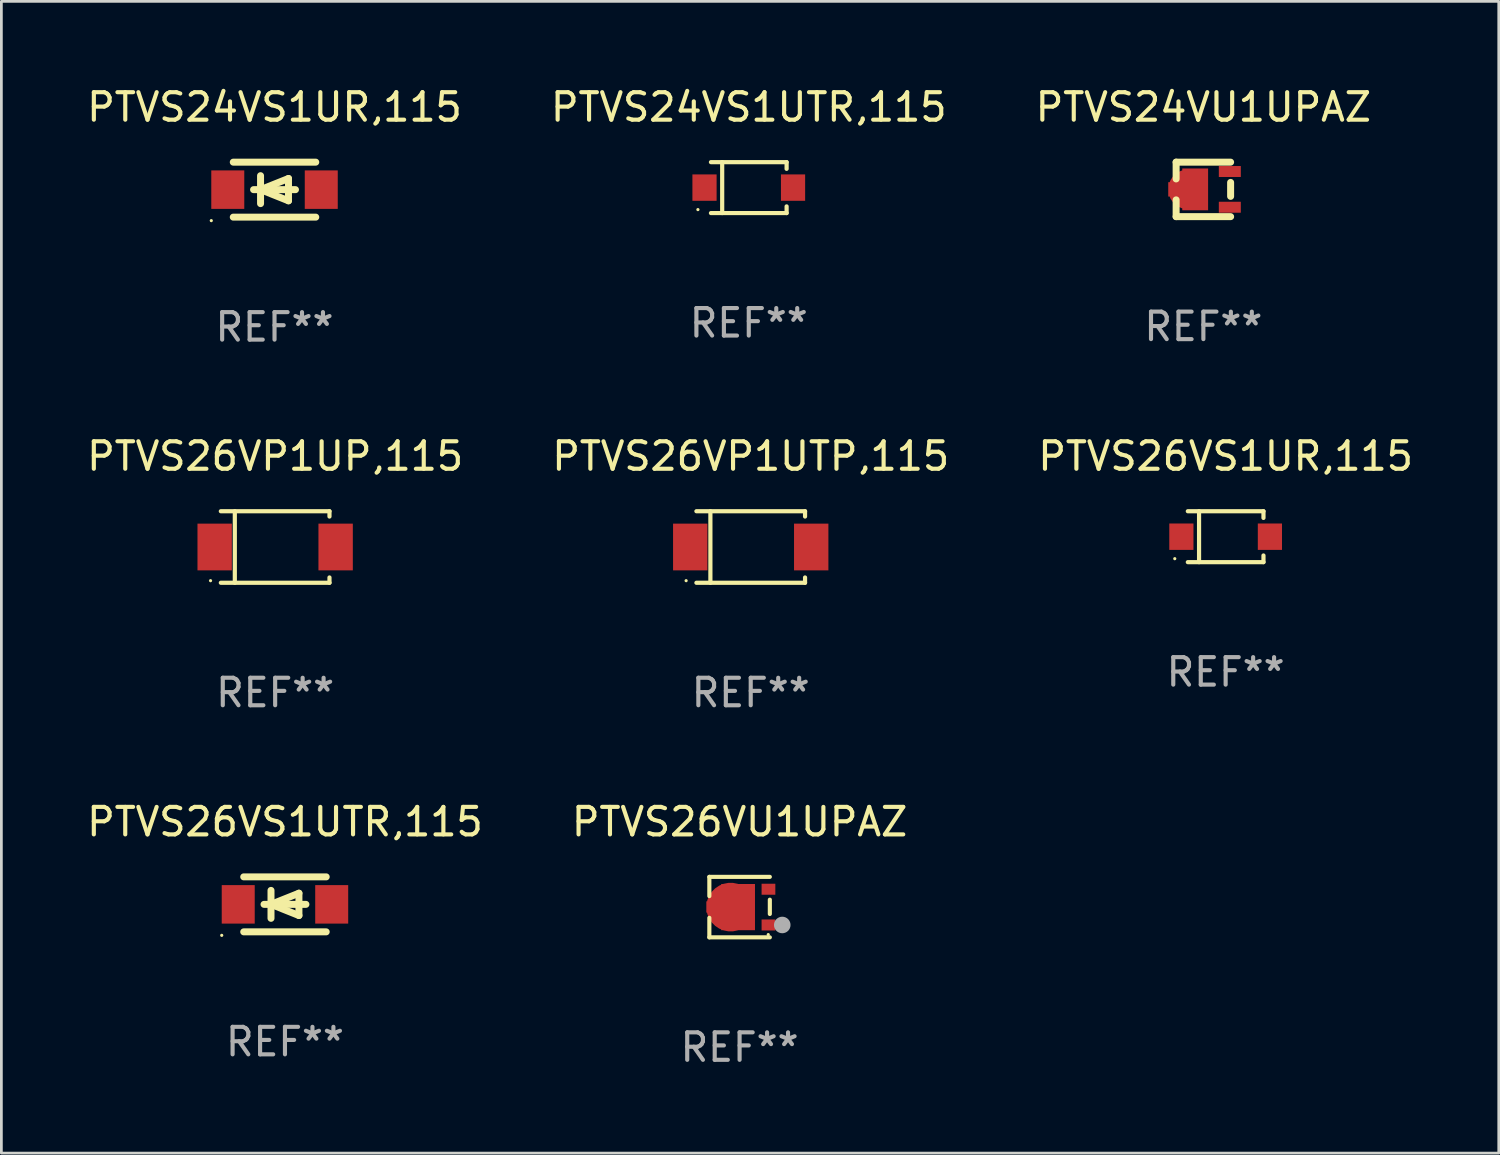
<source format=kicad_pcb>
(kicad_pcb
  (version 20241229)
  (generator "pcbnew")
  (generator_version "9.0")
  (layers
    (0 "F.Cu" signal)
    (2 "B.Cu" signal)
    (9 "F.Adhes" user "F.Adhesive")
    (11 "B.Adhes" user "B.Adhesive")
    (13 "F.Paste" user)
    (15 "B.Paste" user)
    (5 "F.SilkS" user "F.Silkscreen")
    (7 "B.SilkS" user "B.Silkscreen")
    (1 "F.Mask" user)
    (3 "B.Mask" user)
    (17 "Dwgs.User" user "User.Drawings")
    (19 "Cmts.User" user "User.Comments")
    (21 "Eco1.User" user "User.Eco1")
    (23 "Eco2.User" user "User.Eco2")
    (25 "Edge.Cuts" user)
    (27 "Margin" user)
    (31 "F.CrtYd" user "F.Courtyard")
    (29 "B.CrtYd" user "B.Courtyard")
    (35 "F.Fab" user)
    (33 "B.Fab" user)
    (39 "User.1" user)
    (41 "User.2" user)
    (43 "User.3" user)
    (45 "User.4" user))
  (footprint "PTVS26VP1UTP,115"
    (layer "F.Cu")
    (at 24.256 16.846)
    (property "Reference" "PTVS26VP1UTP,115" (at 0 -3.301 0) (layer "F.SilkS") (effects (font (size 1 1) (thickness 0.15))))
    (attr through_hole)
    (fp_line (start -1.976 -1.301) (end 1.976 -1.301) (stroke (width 0.152) (type solid)) (layer "F.SilkS"))
    (fp_line (start -1.976 1.301) (end 1.976 1.301) (stroke (width 0.152) (type solid)) (layer "F.SilkS"))
    (fp_line (start -1.467 -1.301) (end -1.467 1.301) (stroke (width 0.152) (type solid)) (layer "F.SilkS"))
    (fp_line (start 1.976 -1.301) (end 1.976 -1.108) (stroke (width 0.152) (type solid)) (layer "F.SilkS"))
    (fp_line (start 1.976 1.301) (end 1.976 1.108) (stroke (width 0.152) (type solid)) (layer "F.SilkS"))
    (fp_circle (center -2.35 1.225) (end -2.32 1.225) (stroke (width 0.06) (type solid)) (fill no) (layer "F.SilkS"))
    (fp_text user "REF**" (at 0 5.301 0) (layer "F.Fab") (effects (font (size 1 1) (thickness 0.15))))
    (pad "1" smd rect (at -2.2 0 180) (size 1.25 1.7) (layers "F.Cu" "F.Mask" "F.Paste"))
    (pad "2" smd rect (at 2.2 0 180) (size 1.25 1.7) (layers "F.Cu" "F.Mask" "F.Paste")))
  (footprint "PTVS24VS1UR,115"
    (layer "F.Cu")
    (at 6.935 3.848)
    (property "Reference" "PTVS24VS1UR,115" (at 0 -3 0) (layer "F.SilkS") (effects (font (size 1 1) (thickness 0.15))))
    (attr through_hole)
    (fp_line (start -1.5 -1) (end 1.5 -1) (stroke (width 0.254) (type solid)) (layer "F.SilkS"))
    (fp_line (start -1.5 1) (end 1.5 1) (stroke (width 0.254) (type solid)) (layer "F.SilkS"))
    (fp_line (start -0.762 0) (end 0.762 0) (stroke (width 0.254) (type solid)) (layer "F.SilkS"))
    (fp_line (start -0.508 -0.508) (end -0.508 0.508) (stroke (width 0.254) (type solid)) (layer "F.SilkS"))
    (fp_line (start -0.508 0) (end 0.508 -0.406) (stroke (width 0.254) (type solid)) (layer "F.SilkS"))
    (fp_line (start 0.508 -0.406) (end 0.508 0.406) (stroke (width 0.254) (type solid)) (layer "F.SilkS"))
    (fp_line (start 0.508 0.406) (end -0.508 0) (stroke (width 0.254) (type solid)) (layer "F.SilkS"))
    (fp_circle (center -2.3 1.127) (end -2.27 1.127) (stroke (width 0.06) (type solid)) (fill no) (layer "F.SilkS"))
    (fp_text user "REF**" (at 0 5 0) (layer "F.Fab") (effects (font (size 1 1) (thickness 0.15))))
    (pad "1" smd rect (at -1.7 0) (size 1.2 1.4) (layers "F.Cu" "F.Mask" "F.Paste"))
    (pad "2" smd rect (at 1.7 0) (size 1.2 1.4) (layers "F.Cu" "F.Mask" "F.Paste")))
  (footprint "PTVS26VS1UTR,115"
    (layer "F.Cu")
    (at 7.315 29.844)
    (property "Reference" "PTVS26VS1UTR,115" (at 0 -3 0) (layer "F.SilkS") (effects (font (size 1 1) (thickness 0.15))))
    (attr through_hole)
    (fp_line (start -1.5 -1) (end 1.5 -1) (stroke (width 0.254) (type solid)) (layer "F.SilkS"))
    (fp_line (start -1.5 1) (end 1.5 1) (stroke (width 0.254) (type solid)) (layer "F.SilkS"))
    (fp_line (start -0.762 0) (end 0.762 0) (stroke (width 0.254) (type solid)) (layer "F.SilkS"))
    (fp_line (start -0.508 -0.508) (end -0.508 0.508) (stroke (width 0.254) (type solid)) (layer "F.SilkS"))
    (fp_line (start -0.508 0) (end 0.508 -0.406) (stroke (width 0.254) (type solid)) (layer "F.SilkS"))
    (fp_line (start 0.508 -0.406) (end 0.508 0.406) (stroke (width 0.254) (type solid)) (layer "F.SilkS"))
    (fp_line (start 0.508 0.406) (end -0.508 0) (stroke (width 0.254) (type solid)) (layer "F.SilkS"))
    (fp_circle (center -2.3 1.127) (end -2.27 1.127) (stroke (width 0.06) (type solid)) (fill no) (layer "F.SilkS"))
    (fp_text user "REF**" (at 0 5 0) (layer "F.Fab") (effects (font (size 1 1) (thickness 0.15))))
    (pad "1" smd rect (at -1.7 0) (size 1.2 1.4) (layers "F.Cu" "F.Mask" "F.Paste"))
    (pad "2" smd rect (at 1.7 0) (size 1.2 1.4) (layers "F.Cu" "F.Mask" "F.Paste")))
  (footprint "PTVS24VU1UPAZ"
    (layer "F.Cu")
    (at 40.72 3.839)
    (property "Reference" "PTVS24VU1UPAZ" (at 0 -2.991 0) (layer "F.SilkS") (effects (font (size 1 1) (thickness 0.15))))
    (attr through_hole)
    (fp_line (start -0.991 -0.991) (end -0.991 -0.381) (stroke (width 0.254) (type solid)) (layer "F.SilkS"))
    (fp_line (start -0.991 0.381) (end -0.991 0.991) (stroke (width 0.254) (type solid)) (layer "F.SilkS"))
    (fp_line (start -0.991 0.991) (end 0.991 0.991) (stroke (width 0.254) (type solid)) (layer "F.SilkS"))
    (fp_line (start 0.991 -0.991) (end -0.991 -0.991) (stroke (width 0.254) (type solid)) (layer "F.SilkS"))
    (fp_line (start 0.991 -0.254) (end 0.991 0.254) (stroke (width 0.254) (type solid)) (layer "F.SilkS"))
    (fp_circle (center 1.054 0.999) (end 1.084 0.999) (stroke (width 0.06) (type solid)) (fill no) (layer "F.SilkS"))
    (fp_text user "REF**" (at 0 4.991 0) (layer "F.Fab") (effects (font (size 1 1) (thickness 0.15))))
    (pad "1" smd rect (at 0.962 0.649 270) (size 0.399 0.8) (layers "F.Cu" "F.Mask" "F.Paste"))
    (pad "2" smd rect (at 0.962 -0.651 270) (size 0.399 0.8) (layers "F.Cu" "F.Mask" "F.Paste"))
    (pad "3" smd custom (at -0.553 -0.001) (size 1.45 1.52) (layers "F.Cu" "F.Mask" "F.Paste") (options (anchor circle)) (primitives (gr_poly (pts (xy -0.725 -0.26) (xy -0.225 -0.26) (xy -0.215 -0.26) (xy -0.215 -0.76) (xy 0.725 -0.76) (xy 0.725 0.75) (xy 0.725 0.76) (xy -0.205 0.76) (xy -0.215 0.76) (xy -0.215 0.75) (xy -0.215 0.26) (xy -0.725 0.26)) (width 0) (fill yes)))))
  (footprint "PTVS26VS1UR,115"
    (layer "F.Cu")
    (at 41.53 16.471)
    (property "Reference" "PTVS26VS1UR,115" (at 0 -2.926 0) (layer "F.SilkS") (effects (font (size 1 1) (thickness 0.15))))
    (attr through_hole)
    (fp_line (start -1.376 -0.926) (end 1.376 -0.926) (stroke (width 0.152) (type solid)) (layer "F.SilkS"))
    (fp_line (start -1.376 0.926) (end 1.376 0.926) (stroke (width 0.152) (type solid)) (layer "F.SilkS"))
    (fp_line (start -0.967 -0.926) (end -0.967 0.926) (stroke (width 0.152) (type solid)) (layer "F.SilkS"))
    (fp_line (start 1.376 -0.926) (end 1.376 -0.683) (stroke (width 0.152) (type solid)) (layer "F.SilkS"))
    (fp_line (start 1.376 0.926) (end 1.376 0.683) (stroke (width 0.152) (type solid)) (layer "F.SilkS"))
    (fp_circle (center -1.85 0.8) (end -1.82 0.8) (stroke (width 0.06) (type solid)) (fill no) (layer "F.SilkS"))
    (fp_text user "REF**" (at 0 4.926 0) (layer "F.Fab") (effects (font (size 1 1) (thickness 0.15))))
    (pad "1" smd rect (at -1.61 0) (size 0.88 0.96) (layers "F.Cu" "F.Mask" "F.Paste"))
    (pad "2" smd rect (at 1.61 0) (size 0.88 0.96) (layers "F.Cu" "F.Mask" "F.Paste")))
  (footprint "PTVS26VP1UP,115"
    (layer "F.Cu")
    (at 6.958 16.846)
    (property "Reference" "PTVS26VP1UP,115" (at 0 -3.301 0) (layer "F.SilkS") (effects (font (size 1 1) (thickness 0.15))))
    (attr through_hole)
    (fp_line (start -1.976 -1.301) (end 1.976 -1.301) (stroke (width 0.152) (type solid)) (layer "F.SilkS"))
    (fp_line (start -1.976 1.301) (end 1.976 1.301) (stroke (width 0.152) (type solid)) (layer "F.SilkS"))
    (fp_line (start -1.467 -1.301) (end -1.467 1.301) (stroke (width 0.152) (type solid)) (layer "F.SilkS"))
    (fp_line (start 1.976 -1.301) (end 1.976 -1.108) (stroke (width 0.152) (type solid)) (layer "F.SilkS"))
    (fp_line (start 1.976 1.301) (end 1.976 1.108) (stroke (width 0.152) (type solid)) (layer "F.SilkS"))
    (fp_circle (center -2.35 1.225) (end -2.32 1.225) (stroke (width 0.06) (type solid)) (fill no) (layer "F.SilkS"))
    (fp_text user "REF**" (at 0 5.301 0) (layer "F.Fab") (effects (font (size 1 1) (thickness 0.15))))
    (pad "1" smd rect (at -2.2 0 180) (size 1.25 1.7) (layers "F.Cu" "F.Mask" "F.Paste"))
    (pad "2" smd rect (at 2.2 0 180) (size 1.25 1.7) (layers "F.Cu" "F.Mask" "F.Paste")))
  (footprint "PTVS26VU1UPAZ"
    (layer "F.Cu")
    (at 23.851 29.944)
    (property "Reference" "PTVS26VU1UPAZ" (at 0 -3.1 0) (layer "F.SilkS") (effects (font (size 1 1) (thickness 0.15))))
    (attr through_hole)
    (fp_line (start -1.1 -1.1) (end -1.1 -0.4) (stroke (width 0.15) (type solid)) (layer "F.SilkS"))
    (fp_line (start -1.1 -1.1) (end 1.1 -1.1) (stroke (width 0.15) (type solid)) (layer "F.SilkS"))
    (fp_line (start -1.1 1.1) (end -1.1 0.39) (stroke (width 0.15) (type solid)) (layer "F.SilkS"))
    (fp_line (start 1.1 -0.27) (end 1.1 0.25) (stroke (width 0.15) (type solid)) (layer "F.SilkS"))
    (fp_line (start 1.1 1.1) (end -1.1 1.1) (stroke (width 0.15) (type solid)) (layer "F.SilkS"))
    (fp_circle (center 1.042 1) (end 1.072 1) (stroke (width 0.06) (type solid)) (fill no) (layer "F.SilkS"))
    (fp_circle (center 1.552 0.65) (end 1.703 0.65) (stroke (width 0.3) (type solid)) (fill no) (layer "F.Fab"))
    (fp_text user "REF**" (at 0 5.1 0) (layer "F.Fab") (effects (font (size 1 1) (thickness 0.15))))
    (pad "1" smd rect (at 1.05 0.65) (size 0.5 0.4) (layers "F.Cu" "F.Mask" "F.Paste"))
    (pad "2" smd rect (at 1.05 -0.65) (size 0.5 0.4) (layers "F.Cu" "F.Mask" "F.Paste"))
    (pad "3" smd custom (at -0.325 0) (size 1.77 1.68) (layers "F.Cu" "F.Mask" "F.Paste") (options (anchor circle)) (primitives (gr_poly (pts (xy -0.885 -0.21) (xy -0.345 -0.21) (xy -0.345 -0.84) (xy 0.885 -0.84) (xy 0.885 0.84) (xy -0.345 0.84) (xy -0.345 0.2) (xy -0.885 0.2) (xy -0.885 -0.21)) (width 0) (fill yes)))))
  (footprint "PTVS24VS1UTR,115"
    (layer "F.Cu")
    (at 24.185 3.774)
    (property "Reference" "PTVS24VS1UTR,115" (at 0 -2.926 0) (layer "F.SilkS") (effects (font (size 1 1) (thickness 0.15))))
    (attr through_hole)
    (fp_line (start -1.376 -0.926) (end 1.376 -0.926) (stroke (width 0.152) (type solid)) (layer "F.SilkS"))
    (fp_line (start -1.376 0.926) (end 1.376 0.926) (stroke (width 0.152) (type solid)) (layer "F.SilkS"))
    (fp_line (start -0.967 -0.926) (end -0.967 0.926) (stroke (width 0.152) (type solid)) (layer "F.SilkS"))
    (fp_line (start 1.376 -0.926) (end 1.376 -0.683) (stroke (width 0.152) (type solid)) (layer "F.SilkS"))
    (fp_line (start 1.376 0.926) (end 1.376 0.683) (stroke (width 0.152) (type solid)) (layer "F.SilkS"))
    (fp_circle (center -1.85 0.8) (end -1.82 0.8) (stroke (width 0.06) (type solid)) (fill no) (layer "F.SilkS"))
    (fp_text user "REF**" (at 0 4.926 0) (layer "F.Fab") (effects (font (size 1 1) (thickness 0.15))))
    (pad "1" smd rect (at -1.61 0) (size 0.88 0.96) (layers "F.Cu" "F.Mask" "F.Paste"))
    (pad "2" smd rect (at 1.61 0) (size 0.88 0.96) (layers "F.Cu" "F.Mask" "F.Paste")))
  (gr_rect
    (start -3 -3)
    (end 51.464 38.892)
    (stroke (width 0.1) (type default))
    (fill no)
    (layer "Edge.Cuts")))
</source>
